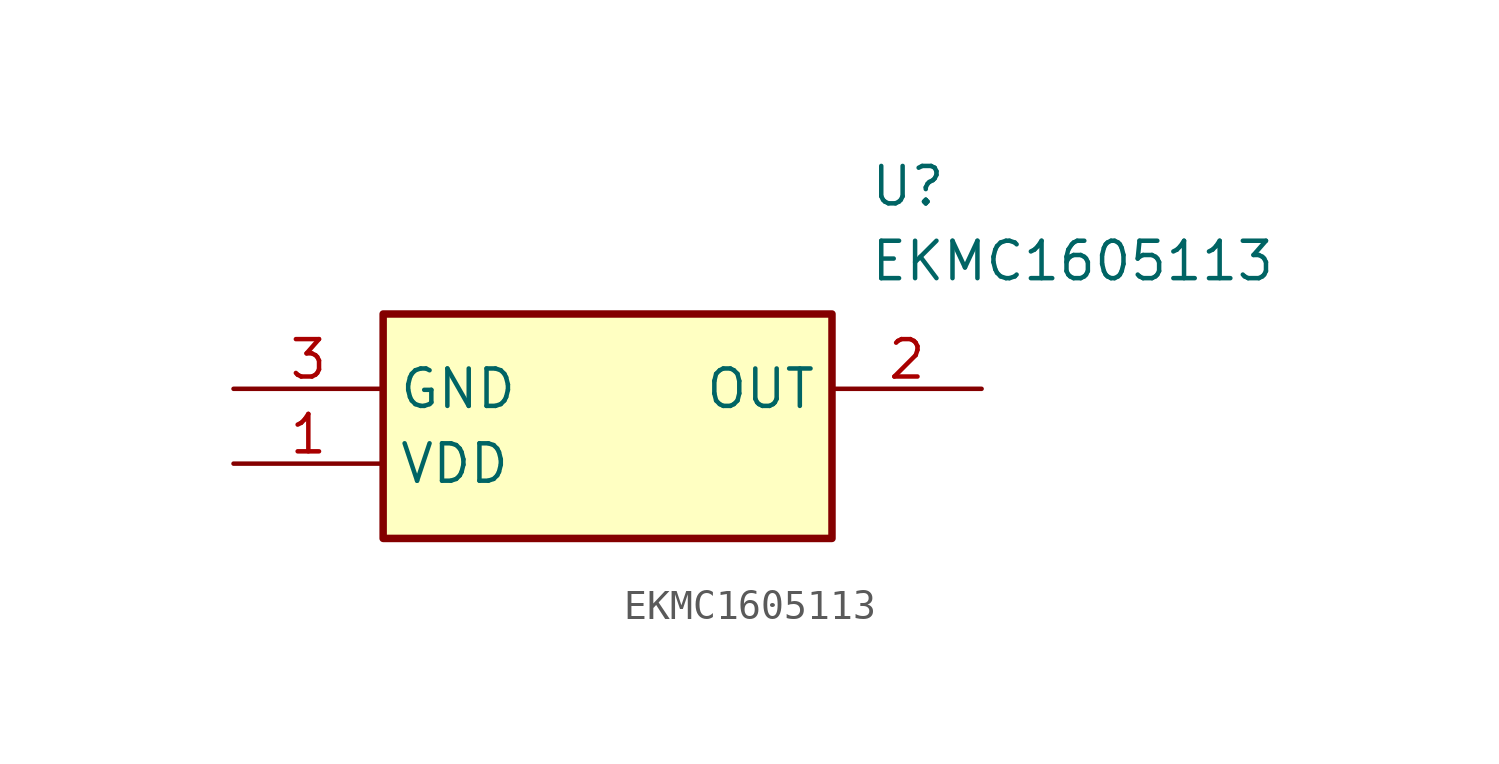
<source format=kicad_sym>
(kicad_symbol_lib
  (version 20211014)
  (generator SamacSys_ECAD_Model)
  (symbol "EKMC1605113"
    (property "Reference" "U"
      (at 21.59 7.62 0)
      (effects (font (size 1.27 1.27)) (justify left top)))
    (property "Value" "EKMC1605113"
      (at 21.59 5.08 0)
      (effects (font (size 1.27 1.27)) (justify left top)))
    (rectangle
      (start 5.08 2.54)
      (end 20.32 -5.08)
      (stroke (width 0.254) (type default))
      (fill (type background)))
    (pin passive line
      (at 0 -2.54 0)
      (length 5.08)
      (name "VDD" (effects (font (size 1.27 1.27))))
      (number "1" (effects (font (size 1.27 1.27)))))
    (pin passive line
      (at 25.4 0 180)
      (length 5.08)
      (name "OUT" (effects (font (size 1.27 1.27))))
      (number "2" (effects (font (size 1.27 1.27)))))
    (pin passive line
      (at 0 0 0)
      (length 5.08)
      (name "GND" (effects (font (size 1.27 1.27))))
      (number "3" (effects (font (size 1.27 1.27)))))))
</source>
